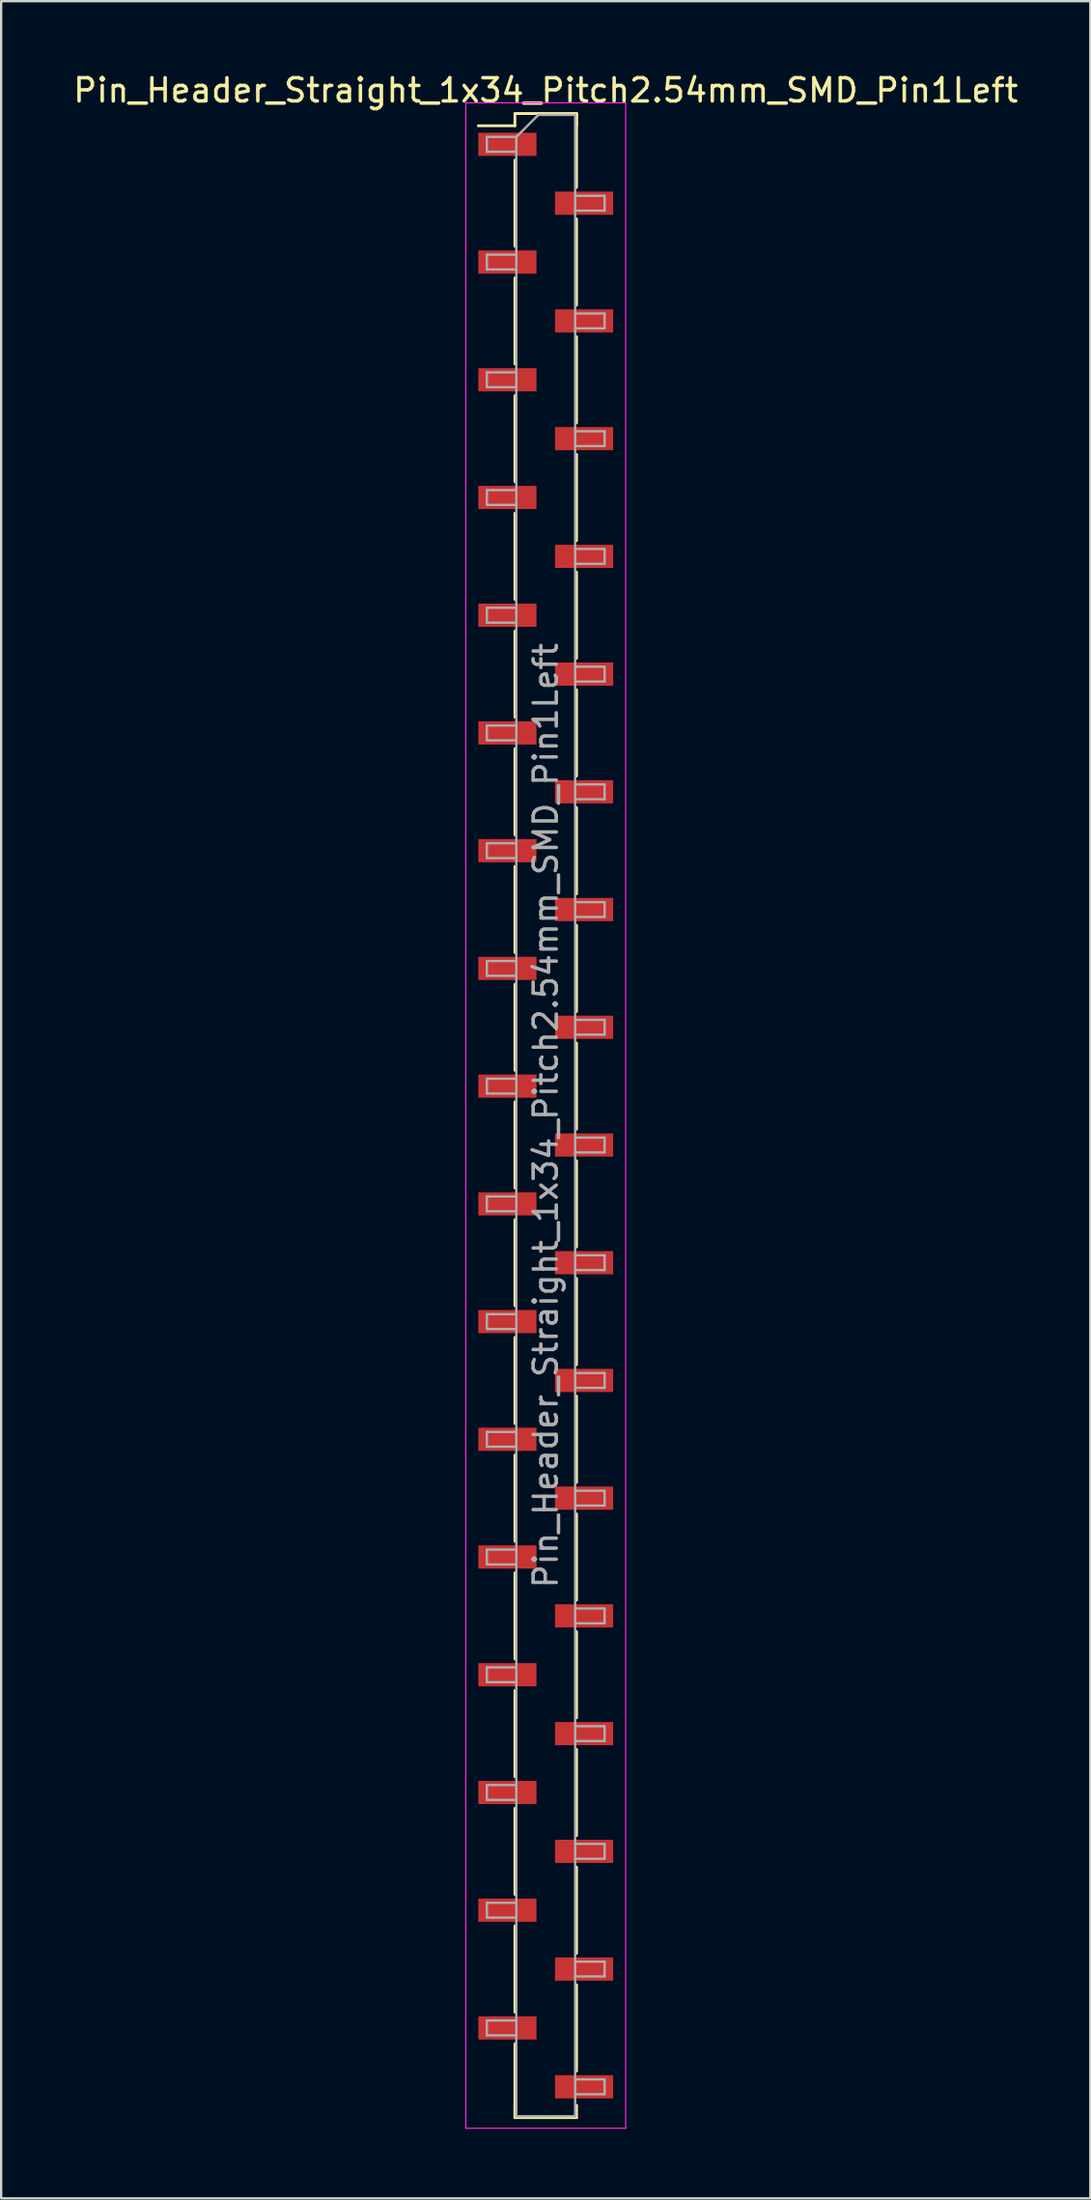
<source format=kicad_pcb>
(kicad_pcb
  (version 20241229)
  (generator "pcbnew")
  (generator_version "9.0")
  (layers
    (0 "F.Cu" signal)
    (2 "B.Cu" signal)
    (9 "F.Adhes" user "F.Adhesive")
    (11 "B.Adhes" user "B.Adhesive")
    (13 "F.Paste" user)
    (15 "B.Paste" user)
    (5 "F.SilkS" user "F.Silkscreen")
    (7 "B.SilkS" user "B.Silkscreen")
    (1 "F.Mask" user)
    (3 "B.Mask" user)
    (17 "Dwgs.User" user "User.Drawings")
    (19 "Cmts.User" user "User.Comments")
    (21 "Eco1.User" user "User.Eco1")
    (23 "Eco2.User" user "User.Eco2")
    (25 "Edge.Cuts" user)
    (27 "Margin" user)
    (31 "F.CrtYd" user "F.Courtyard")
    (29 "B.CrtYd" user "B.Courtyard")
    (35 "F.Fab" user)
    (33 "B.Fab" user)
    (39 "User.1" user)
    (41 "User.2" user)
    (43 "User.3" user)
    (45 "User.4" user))
  (footprint "Pin_Header_Straight_1x34_Pitch2.54mm_SMD_Pin1Left"
    (layer "F.Cu")
    (at 20.506 45.088)
    (property "Reference" "Pin_Header_Straight_1x34_Pitch2.54mm_SMD_Pin1Left" (at 0 -44.24 0) (layer "F.SilkS") (effects (font (size 1 1) (thickness 0.15))))
    (attr smd)
    (fp_line (start -1.33 -43.24) (end 1.33 -43.24) (stroke (width 0.12) (type solid)) (layer "F.SilkS"))
    (fp_line (start -1.33 -42.71) (end -2.91 -42.71) (stroke (width 0.12) (type solid)) (layer "F.SilkS"))
    (fp_line (start -1.33 -42.71) (end -1.33 -43.24) (stroke (width 0.12) (type solid)) (layer "F.SilkS"))
    (fp_line (start -1.33 -41.23) (end -1.33 -37.51) (stroke (width 0.12) (type solid)) (layer "F.SilkS"))
    (fp_line (start -1.33 -36.15) (end -1.33 -32.43) (stroke (width 0.12) (type solid)) (layer "F.SilkS"))
    (fp_line (start -1.33 -31.07) (end -1.33 -27.35) (stroke (width 0.12) (type solid)) (layer "F.SilkS"))
    (fp_line (start -1.33 -25.99) (end -1.33 -22.27) (stroke (width 0.12) (type solid)) (layer "F.SilkS"))
    (fp_line (start -1.33 -20.91) (end -1.33 -17.19) (stroke (width 0.12) (type solid)) (layer "F.SilkS"))
    (fp_line (start -1.33 -15.83) (end -1.33 -12.11) (stroke (width 0.12) (type solid)) (layer "F.SilkS"))
    (fp_line (start -1.33 -10.75) (end -1.33 -7.03) (stroke (width 0.12) (type solid)) (layer "F.SilkS"))
    (fp_line (start -1.33 -5.67) (end -1.33 -1.95) (stroke (width 0.12) (type solid)) (layer "F.SilkS"))
    (fp_line (start -1.33 -0.59) (end -1.33 3.13) (stroke (width 0.12) (type solid)) (layer "F.SilkS"))
    (fp_line (start -1.33 4.49) (end -1.33 8.21) (stroke (width 0.12) (type solid)) (layer "F.SilkS"))
    (fp_line (start -1.33 9.57) (end -1.33 13.29) (stroke (width 0.12) (type solid)) (layer "F.SilkS"))
    (fp_line (start -1.33 14.65) (end -1.33 18.37) (stroke (width 0.12) (type solid)) (layer "F.SilkS"))
    (fp_line (start -1.33 19.73) (end -1.33 23.45) (stroke (width 0.12) (type solid)) (layer "F.SilkS"))
    (fp_line (start -1.33 24.81) (end -1.33 28.53) (stroke (width 0.12) (type solid)) (layer "F.SilkS"))
    (fp_line (start -1.33 29.89) (end -1.33 33.61) (stroke (width 0.12) (type solid)) (layer "F.SilkS"))
    (fp_line (start -1.33 34.97) (end -1.33 38.69) (stroke (width 0.12) (type solid)) (layer "F.SilkS"))
    (fp_line (start -1.33 40.05) (end -1.33 43.24) (stroke (width 0.12) (type solid)) (layer "F.SilkS"))
    (fp_line (start -1.33 42.71) (end -1.33 43.24) (stroke (width 0.12) (type solid)) (layer "F.SilkS"))
    (fp_line (start -1.33 43.24) (end 1.33 43.24) (stroke (width 0.12) (type solid)) (layer "F.SilkS"))
    (fp_line (start 1.33 -43.24) (end 1.33 -42.71) (stroke (width 0.12) (type solid)) (layer "F.SilkS"))
    (fp_line (start 1.33 -43.24) (end 1.33 -40.05) (stroke (width 0.12) (type solid)) (layer "F.SilkS"))
    (fp_line (start 1.33 -38.69) (end 1.33 -34.97) (stroke (width 0.12) (type solid)) (layer "F.SilkS"))
    (fp_line (start 1.33 -33.61) (end 1.33 -29.89) (stroke (width 0.12) (type solid)) (layer "F.SilkS"))
    (fp_line (start 1.33 -28.53) (end 1.33 -24.81) (stroke (width 0.12) (type solid)) (layer "F.SilkS"))
    (fp_line (start 1.33 -23.45) (end 1.33 -19.73) (stroke (width 0.12) (type solid)) (layer "F.SilkS"))
    (fp_line (start 1.33 -18.37) (end 1.33 -14.65) (stroke (width 0.12) (type solid)) (layer "F.SilkS"))
    (fp_line (start 1.33 -13.29) (end 1.33 -9.57) (stroke (width 0.12) (type solid)) (layer "F.SilkS"))
    (fp_line (start 1.33 -8.21) (end 1.33 -4.49) (stroke (width 0.12) (type solid)) (layer "F.SilkS"))
    (fp_line (start 1.33 -3.13) (end 1.33 0.59) (stroke (width 0.12) (type solid)) (layer "F.SilkS"))
    (fp_line (start 1.33 1.95) (end 1.33 5.67) (stroke (width 0.12) (type solid)) (layer "F.SilkS"))
    (fp_line (start 1.33 7.03) (end 1.33 10.75) (stroke (width 0.12) (type solid)) (layer "F.SilkS"))
    (fp_line (start 1.33 12.11) (end 1.33 15.83) (stroke (width 0.12) (type solid)) (layer "F.SilkS"))
    (fp_line (start 1.33 17.19) (end 1.33 20.91) (stroke (width 0.12) (type solid)) (layer "F.SilkS"))
    (fp_line (start 1.33 22.27) (end 1.33 25.99) (stroke (width 0.12) (type solid)) (layer "F.SilkS"))
    (fp_line (start 1.33 27.35) (end 1.33 31.07) (stroke (width 0.12) (type solid)) (layer "F.SilkS"))
    (fp_line (start 1.33 32.43) (end 1.33 36.15) (stroke (width 0.12) (type solid)) (layer "F.SilkS"))
    (fp_line (start 1.33 37.51) (end 1.33 41.23) (stroke (width 0.12) (type solid)) (layer "F.SilkS"))
    (fp_line (start 1.33 43.24) (end 1.33 42.71) (stroke (width 0.12) (type solid)) (layer "F.SilkS"))
    (fp_line (start -3.45 -43.7) (end -3.45 43.7) (stroke (width 0.05) (type solid)) (layer "F.CrtYd"))
    (fp_line (start -3.45 43.7) (end 3.45 43.7) (stroke (width 0.05) (type solid)) (layer "F.CrtYd"))
    (fp_line (start 3.45 -43.7) (end -3.45 -43.7) (stroke (width 0.05) (type solid)) (layer "F.CrtYd"))
    (fp_line (start 3.45 43.7) (end 3.45 -43.7) (stroke (width 0.05) (type solid)) (layer "F.CrtYd"))
    (fp_line (start -2.54 -42.23) (end -2.54 -41.59) (stroke (width 0.1) (type solid)) (layer "F.Fab"))
    (fp_line (start -2.54 -41.59) (end -1.27 -41.59) (stroke (width 0.1) (type solid)) (layer "F.Fab"))
    (fp_line (start -2.54 -37.15) (end -2.54 -36.51) (stroke (width 0.1) (type solid)) (layer "F.Fab"))
    (fp_line (start -2.54 -36.51) (end -1.27 -36.51) (stroke (width 0.1) (type solid)) (layer "F.Fab"))
    (fp_line (start -2.54 -32.07) (end -2.54 -31.43) (stroke (width 0.1) (type solid)) (layer "F.Fab"))
    (fp_line (start -2.54 -31.43) (end -1.27 -31.43) (stroke (width 0.1) (type solid)) (layer "F.Fab"))
    (fp_line (start -2.54 -26.99) (end -2.54 -26.35) (stroke (width 0.1) (type solid)) (layer "F.Fab"))
    (fp_line (start -2.54 -26.35) (end -1.27 -26.35) (stroke (width 0.1) (type solid)) (layer "F.Fab"))
    (fp_line (start -2.54 -21.91) (end -2.54 -21.27) (stroke (width 0.1) (type solid)) (layer "F.Fab"))
    (fp_line (start -2.54 -21.27) (end -1.27 -21.27) (stroke (width 0.1) (type solid)) (layer "F.Fab"))
    (fp_line (start -2.54 -16.83) (end -2.54 -16.19) (stroke (width 0.1) (type solid)) (layer "F.Fab"))
    (fp_line (start -2.54 -16.19) (end -1.27 -16.19) (stroke (width 0.1) (type solid)) (layer "F.Fab"))
    (fp_line (start -2.54 -11.75) (end -2.54 -11.11) (stroke (width 0.1) (type solid)) (layer "F.Fab"))
    (fp_line (start -2.54 -11.11) (end -1.27 -11.11) (stroke (width 0.1) (type solid)) (layer "F.Fab"))
    (fp_line (start -2.54 -6.67) (end -2.54 -6.03) (stroke (width 0.1) (type solid)) (layer "F.Fab"))
    (fp_line (start -2.54 -6.03) (end -1.27 -6.03) (stroke (width 0.1) (type solid)) (layer "F.Fab"))
    (fp_line (start -2.54 -1.59) (end -2.54 -0.95) (stroke (width 0.1) (type solid)) (layer "F.Fab"))
    (fp_line (start -2.54 -0.95) (end -1.27 -0.95) (stroke (width 0.1) (type solid)) (layer "F.Fab"))
    (fp_line (start -2.54 3.49) (end -2.54 4.13) (stroke (width 0.1) (type solid)) (layer "F.Fab"))
    (fp_line (start -2.54 4.13) (end -1.27 4.13) (stroke (width 0.1) (type solid)) (layer "F.Fab"))
    (fp_line (start -2.54 8.57) (end -2.54 9.21) (stroke (width 0.1) (type solid)) (layer "F.Fab"))
    (fp_line (start -2.54 9.21) (end -1.27 9.21) (stroke (width 0.1) (type solid)) (layer "F.Fab"))
    (fp_line (start -2.54 13.65) (end -2.54 14.29) (stroke (width 0.1) (type solid)) (layer "F.Fab"))
    (fp_line (start -2.54 14.29) (end -1.27 14.29) (stroke (width 0.1) (type solid)) (layer "F.Fab"))
    (fp_line (start -2.54 18.73) (end -2.54 19.37) (stroke (width 0.1) (type solid)) (layer "F.Fab"))
    (fp_line (start -2.54 19.37) (end -1.27 19.37) (stroke (width 0.1) (type solid)) (layer "F.Fab"))
    (fp_line (start -2.54 23.81) (end -2.54 24.45) (stroke (width 0.1) (type solid)) (layer "F.Fab"))
    (fp_line (start -2.54 24.45) (end -1.27 24.45) (stroke (width 0.1) (type solid)) (layer "F.Fab"))
    (fp_line (start -2.54 28.89) (end -2.54 29.53) (stroke (width 0.1) (type solid)) (layer "F.Fab"))
    (fp_line (start -2.54 29.53) (end -1.27 29.53) (stroke (width 0.1) (type solid)) (layer "F.Fab"))
    (fp_line (start -2.54 33.97) (end -2.54 34.61) (stroke (width 0.1) (type solid)) (layer "F.Fab"))
    (fp_line (start -2.54 34.61) (end -1.27 34.61) (stroke (width 0.1) (type solid)) (layer "F.Fab"))
    (fp_line (start -2.54 39.05) (end -2.54 39.69) (stroke (width 0.1) (type solid)) (layer "F.Fab"))
    (fp_line (start -2.54 39.69) (end -1.27 39.69) (stroke (width 0.1) (type solid)) (layer "F.Fab"))
    (fp_line (start -1.27 -42.23) (end -2.54 -42.23) (stroke (width 0.1) (type solid)) (layer "F.Fab"))
    (fp_line (start -1.27 -42.23) (end -0.32 -43.18) (stroke (width 0.1) (type solid)) (layer "F.Fab"))
    (fp_line (start -1.27 -37.15) (end -2.54 -37.15) (stroke (width 0.1) (type solid)) (layer "F.Fab"))
    (fp_line (start -1.27 -32.07) (end -2.54 -32.07) (stroke (width 0.1) (type solid)) (layer "F.Fab"))
    (fp_line (start -1.27 -26.99) (end -2.54 -26.99) (stroke (width 0.1) (type solid)) (layer "F.Fab"))
    (fp_line (start -1.27 -21.91) (end -2.54 -21.91) (stroke (width 0.1) (type solid)) (layer "F.Fab"))
    (fp_line (start -1.27 -16.83) (end -2.54 -16.83) (stroke (width 0.1) (type solid)) (layer "F.Fab"))
    (fp_line (start -1.27 -11.75) (end -2.54 -11.75) (stroke (width 0.1) (type solid)) (layer "F.Fab"))
    (fp_line (start -1.27 -6.67) (end -2.54 -6.67) (stroke (width 0.1) (type solid)) (layer "F.Fab"))
    (fp_line (start -1.27 -1.59) (end -2.54 -1.59) (stroke (width 0.1) (type solid)) (layer "F.Fab"))
    (fp_line (start -1.27 3.49) (end -2.54 3.49) (stroke (width 0.1) (type solid)) (layer "F.Fab"))
    (fp_line (start -1.27 8.57) (end -2.54 8.57) (stroke (width 0.1) (type solid)) (layer "F.Fab"))
    (fp_line (start -1.27 13.65) (end -2.54 13.65) (stroke (width 0.1) (type solid)) (layer "F.Fab"))
    (fp_line (start -1.27 18.73) (end -2.54 18.73) (stroke (width 0.1) (type solid)) (layer "F.Fab"))
    (fp_line (start -1.27 23.81) (end -2.54 23.81) (stroke (width 0.1) (type solid)) (layer "F.Fab"))
    (fp_line (start -1.27 28.89) (end -2.54 28.89) (stroke (width 0.1) (type solid)) (layer "F.Fab"))
    (fp_line (start -1.27 33.97) (end -2.54 33.97) (stroke (width 0.1) (type solid)) (layer "F.Fab"))
    (fp_line (start -1.27 39.05) (end -2.54 39.05) (stroke (width 0.1) (type solid)) (layer "F.Fab"))
    (fp_line (start -1.27 43.18) (end -1.27 -42.23) (stroke (width 0.1) (type solid)) (layer "F.Fab"))
    (fp_line (start -0.32 -43.18) (end 1.27 -43.18) (stroke (width 0.1) (type solid)) (layer "F.Fab"))
    (fp_line (start 1.27 -43.18) (end 1.27 43.18) (stroke (width 0.1) (type solid)) (layer "F.Fab"))
    (fp_line (start 1.27 -39.69) (end 2.54 -39.69) (stroke (width 0.1) (type solid)) (layer "F.Fab"))
    (fp_line (start 1.27 -34.61) (end 2.54 -34.61) (stroke (width 0.1) (type solid)) (layer "F.Fab"))
    (fp_line (start 1.27 -29.53) (end 2.54 -29.53) (stroke (width 0.1) (type solid)) (layer "F.Fab"))
    (fp_line (start 1.27 -24.45) (end 2.54 -24.45) (stroke (width 0.1) (type solid)) (layer "F.Fab"))
    (fp_line (start 1.27 -19.37) (end 2.54 -19.37) (stroke (width 0.1) (type solid)) (layer "F.Fab"))
    (fp_line (start 1.27 -14.29) (end 2.54 -14.29) (stroke (width 0.1) (type solid)) (layer "F.Fab"))
    (fp_line (start 1.27 -9.21) (end 2.54 -9.21) (stroke (width 0.1) (type solid)) (layer "F.Fab"))
    (fp_line (start 1.27 -4.13) (end 2.54 -4.13) (stroke (width 0.1) (type solid)) (layer "F.Fab"))
    (fp_line (start 1.27 0.95) (end 2.54 0.95) (stroke (width 0.1) (type solid)) (layer "F.Fab"))
    (fp_line (start 1.27 6.03) (end 2.54 6.03) (stroke (width 0.1) (type solid)) (layer "F.Fab"))
    (fp_line (start 1.27 11.11) (end 2.54 11.11) (stroke (width 0.1) (type solid)) (layer "F.Fab"))
    (fp_line (start 1.27 16.19) (end 2.54 16.19) (stroke (width 0.1) (type solid)) (layer "F.Fab"))
    (fp_line (start 1.27 21.27) (end 2.54 21.27) (stroke (width 0.1) (type solid)) (layer "F.Fab"))
    (fp_line (start 1.27 26.35) (end 2.54 26.35) (stroke (width 0.1) (type solid)) (layer "F.Fab"))
    (fp_line (start 1.27 31.43) (end 2.54 31.43) (stroke (width 0.1) (type solid)) (layer "F.Fab"))
    (fp_line (start 1.27 36.51) (end 2.54 36.51) (stroke (width 0.1) (type solid)) (layer "F.Fab"))
    (fp_line (start 1.27 41.59) (end 2.54 41.59) (stroke (width 0.1) (type solid)) (layer "F.Fab"))
    (fp_line (start 1.27 43.18) (end -1.27 43.18) (stroke (width 0.1) (type solid)) (layer "F.Fab"))
    (fp_line (start 2.54 -39.69) (end 2.54 -39.05) (stroke (width 0.1) (type solid)) (layer "F.Fab"))
    (fp_line (start 2.54 -39.05) (end 1.27 -39.05) (stroke (width 0.1) (type solid)) (layer "F.Fab"))
    (fp_line (start 2.54 -34.61) (end 2.54 -33.97) (stroke (width 0.1) (type solid)) (layer "F.Fab"))
    (fp_line (start 2.54 -33.97) (end 1.27 -33.97) (stroke (width 0.1) (type solid)) (layer "F.Fab"))
    (fp_line (start 2.54 -29.53) (end 2.54 -28.89) (stroke (width 0.1) (type solid)) (layer "F.Fab"))
    (fp_line (start 2.54 -28.89) (end 1.27 -28.89) (stroke (width 0.1) (type solid)) (layer "F.Fab"))
    (fp_line (start 2.54 -24.45) (end 2.54 -23.81) (stroke (width 0.1) (type solid)) (layer "F.Fab"))
    (fp_line (start 2.54 -23.81) (end 1.27 -23.81) (stroke (width 0.1) (type solid)) (layer "F.Fab"))
    (fp_line (start 2.54 -19.37) (end 2.54 -18.73) (stroke (width 0.1) (type solid)) (layer "F.Fab"))
    (fp_line (start 2.54 -18.73) (end 1.27 -18.73) (stroke (width 0.1) (type solid)) (layer "F.Fab"))
    (fp_line (start 2.54 -14.29) (end 2.54 -13.65) (stroke (width 0.1) (type solid)) (layer "F.Fab"))
    (fp_line (start 2.54 -13.65) (end 1.27 -13.65) (stroke (width 0.1) (type solid)) (layer "F.Fab"))
    (fp_line (start 2.54 -9.21) (end 2.54 -8.57) (stroke (width 0.1) (type solid)) (layer "F.Fab"))
    (fp_line (start 2.54 -8.57) (end 1.27 -8.57) (stroke (width 0.1) (type solid)) (layer "F.Fab"))
    (fp_line (start 2.54 -4.13) (end 2.54 -3.49) (stroke (width 0.1) (type solid)) (layer "F.Fab"))
    (fp_line (start 2.54 -3.49) (end 1.27 -3.49) (stroke (width 0.1) (type solid)) (layer "F.Fab"))
    (fp_line (start 2.54 0.95) (end 2.54 1.59) (stroke (width 0.1) (type solid)) (layer "F.Fab"))
    (fp_line (start 2.54 1.59) (end 1.27 1.59) (stroke (width 0.1) (type solid)) (layer "F.Fab"))
    (fp_line (start 2.54 6.03) (end 2.54 6.67) (stroke (width 0.1) (type solid)) (layer "F.Fab"))
    (fp_line (start 2.54 6.67) (end 1.27 6.67) (stroke (width 0.1) (type solid)) (layer "F.Fab"))
    (fp_line (start 2.54 11.11) (end 2.54 11.75) (stroke (width 0.1) (type solid)) (layer "F.Fab"))
    (fp_line (start 2.54 11.75) (end 1.27 11.75) (stroke (width 0.1) (type solid)) (layer "F.Fab"))
    (fp_line (start 2.54 16.19) (end 2.54 16.83) (stroke (width 0.1) (type solid)) (layer "F.Fab"))
    (fp_line (start 2.54 16.83) (end 1.27 16.83) (stroke (width 0.1) (type solid)) (layer "F.Fab"))
    (fp_line (start 2.54 21.27) (end 2.54 21.91) (stroke (width 0.1) (type solid)) (layer "F.Fab"))
    (fp_line (start 2.54 21.91) (end 1.27 21.91) (stroke (width 0.1) (type solid)) (layer "F.Fab"))
    (fp_line (start 2.54 26.35) (end 2.54 26.99) (stroke (width 0.1) (type solid)) (layer "F.Fab"))
    (fp_line (start 2.54 26.99) (end 1.27 26.99) (stroke (width 0.1) (type solid)) (layer "F.Fab"))
    (fp_line (start 2.54 31.43) (end 2.54 32.07) (stroke (width 0.1) (type solid)) (layer "F.Fab"))
    (fp_line (start 2.54 32.07) (end 1.27 32.07) (stroke (width 0.1) (type solid)) (layer "F.Fab"))
    (fp_line (start 2.54 36.51) (end 2.54 37.15) (stroke (width 0.1) (type solid)) (layer "F.Fab"))
    (fp_line (start 2.54 37.15) (end 1.27 37.15) (stroke (width 0.1) (type solid)) (layer "F.Fab"))
    (fp_line (start 2.54 41.59) (end 2.54 42.23) (stroke (width 0.1) (type solid)) (layer "F.Fab"))
    (fp_line (start 2.54 42.23) (end 1.27 42.23) (stroke (width 0.1) (type solid)) (layer "F.Fab"))
    (fp_text user "${REFERENCE}" (at 0 0 90) (layer "F.Fab") (effects (font (size 1 1) (thickness 0.15))))
    (pad "1" smd rect (at -1.655 -41.91) (size 2.51 1) (layers "F.Cu" "F.Mask" "F.Paste"))
    (pad "2" smd rect (at 1.655 -39.37) (size 2.51 1) (layers "F.Cu" "F.Mask" "F.Paste"))
    (pad "3" smd rect (at -1.655 -36.83) (size 2.51 1) (layers "F.Cu" "F.Mask" "F.Paste"))
    (pad "4" smd rect (at 1.655 -34.29) (size 2.51 1) (layers "F.Cu" "F.Mask" "F.Paste"))
    (pad "5" smd rect (at -1.655 -31.75) (size 2.51 1) (layers "F.Cu" "F.Mask" "F.Paste"))
    (pad "6" smd rect (at 1.655 -29.21) (size 2.51 1) (layers "F.Cu" "F.Mask" "F.Paste"))
    (pad "7" smd rect (at -1.655 -26.67) (size 2.51 1) (layers "F.Cu" "F.Mask" "F.Paste"))
    (pad "8" smd rect (at 1.655 -24.13) (size 2.51 1) (layers "F.Cu" "F.Mask" "F.Paste"))
    (pad "9" smd rect (at -1.655 -21.59) (size 2.51 1) (layers "F.Cu" "F.Mask" "F.Paste"))
    (pad "10" smd rect (at 1.655 -19.05) (size 2.51 1) (layers "F.Cu" "F.Mask" "F.Paste"))
    (pad "11" smd rect (at -1.655 -16.51) (size 2.51 1) (layers "F.Cu" "F.Mask" "F.Paste"))
    (pad "12" smd rect (at 1.655 -13.97) (size 2.51 1) (layers "F.Cu" "F.Mask" "F.Paste"))
    (pad "13" smd rect (at -1.655 -11.43) (size 2.51 1) (layers "F.Cu" "F.Mask" "F.Paste"))
    (pad "14" smd rect (at 1.655 -8.89) (size 2.51 1) (layers "F.Cu" "F.Mask" "F.Paste"))
    (pad "15" smd rect (at -1.655 -6.35) (size 2.51 1) (layers "F.Cu" "F.Mask" "F.Paste"))
    (pad "16" smd rect (at 1.655 -3.81) (size 2.51 1) (layers "F.Cu" "F.Mask" "F.Paste"))
    (pad "17" smd rect (at -1.655 -1.27) (size 2.51 1) (layers "F.Cu" "F.Mask" "F.Paste"))
    (pad "18" smd rect (at 1.655 1.27) (size 2.51 1) (layers "F.Cu" "F.Mask" "F.Paste"))
    (pad "19" smd rect (at -1.655 3.81) (size 2.51 1) (layers "F.Cu" "F.Mask" "F.Paste"))
    (pad "20" smd rect (at 1.655 6.35) (size 2.51 1) (layers "F.Cu" "F.Mask" "F.Paste"))
    (pad "21" smd rect (at -1.655 8.89) (size 2.51 1) (layers "F.Cu" "F.Mask" "F.Paste"))
    (pad "22" smd rect (at 1.655 11.43) (size 2.51 1) (layers "F.Cu" "F.Mask" "F.Paste"))
    (pad "23" smd rect (at -1.655 13.97) (size 2.51 1) (layers "F.Cu" "F.Mask" "F.Paste"))
    (pad "24" smd rect (at 1.655 16.51) (size 2.51 1) (layers "F.Cu" "F.Mask" "F.Paste"))
    (pad "25" smd rect (at -1.655 19.05) (size 2.51 1) (layers "F.Cu" "F.Mask" "F.Paste"))
    (pad "26" smd rect (at 1.655 21.59) (size 2.51 1) (layers "F.Cu" "F.Mask" "F.Paste"))
    (pad "27" smd rect (at -1.655 24.13) (size 2.51 1) (layers "F.Cu" "F.Mask" "F.Paste"))
    (pad "28" smd rect (at 1.655 26.67) (size 2.51 1) (layers "F.Cu" "F.Mask" "F.Paste"))
    (pad "29" smd rect (at -1.655 29.21) (size 2.51 1) (layers "F.Cu" "F.Mask" "F.Paste"))
    (pad "30" smd rect (at 1.655 31.75) (size 2.51 1) (layers "F.Cu" "F.Mask" "F.Paste"))
    (pad "31" smd rect (at -1.655 34.29) (size 2.51 1) (layers "F.Cu" "F.Mask" "F.Paste"))
    (pad "32" smd rect (at 1.655 36.83) (size 2.51 1) (layers "F.Cu" "F.Mask" "F.Paste"))
    (pad "33" smd rect (at -1.655 39.37) (size 2.51 1) (layers "F.Cu" "F.Mask" "F.Paste"))
    (pad "34" smd rect (at 1.655 41.91) (size 2.51 1) (layers "F.Cu" "F.Mask" "F.Paste")))
  (gr_rect
    (start -3 -3)
    (end 44.012 91.813)
    (stroke (width 0.1) (type default))
    (fill no)
    (layer "Edge.Cuts")))
</source>
